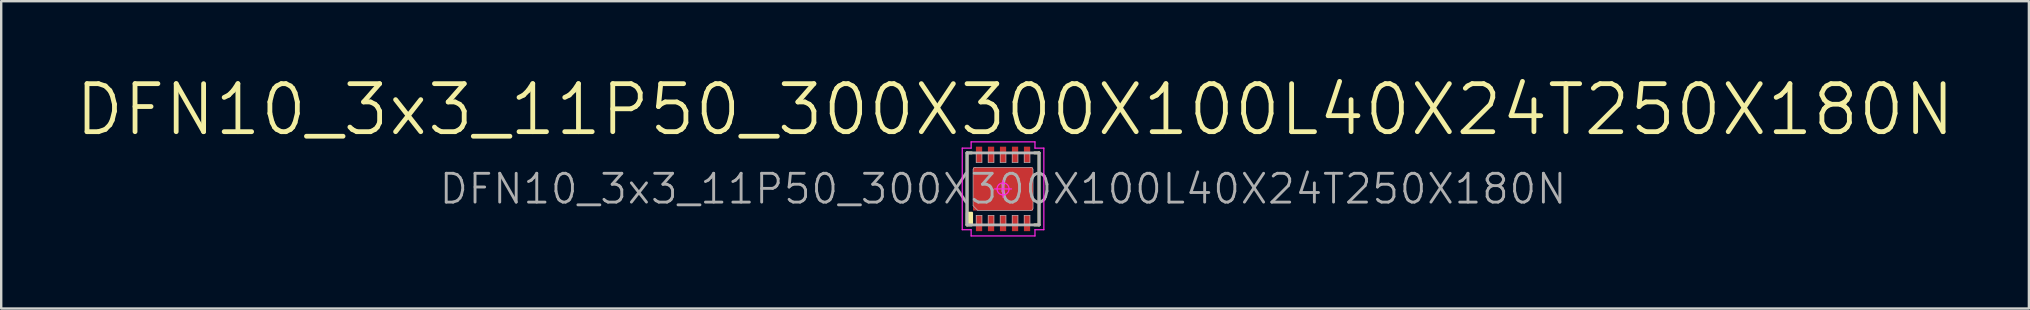
<source format=kicad_pcb>
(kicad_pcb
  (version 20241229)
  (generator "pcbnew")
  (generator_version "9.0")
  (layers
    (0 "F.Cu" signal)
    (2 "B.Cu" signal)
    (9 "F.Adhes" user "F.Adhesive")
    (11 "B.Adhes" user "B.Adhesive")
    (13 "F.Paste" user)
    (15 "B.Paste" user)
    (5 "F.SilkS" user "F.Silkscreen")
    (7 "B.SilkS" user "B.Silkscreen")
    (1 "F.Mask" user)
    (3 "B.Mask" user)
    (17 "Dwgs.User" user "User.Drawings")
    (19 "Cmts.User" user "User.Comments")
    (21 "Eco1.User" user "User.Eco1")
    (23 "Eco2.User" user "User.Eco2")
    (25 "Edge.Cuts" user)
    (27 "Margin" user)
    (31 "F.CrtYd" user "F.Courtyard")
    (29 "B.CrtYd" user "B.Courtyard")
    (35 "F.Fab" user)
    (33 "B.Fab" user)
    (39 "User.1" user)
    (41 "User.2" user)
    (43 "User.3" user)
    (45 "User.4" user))
  (footprint "DFN10_3x3_11P50_300X300X100L40X24T250X180N"
    (layer "F.Cu")
    (at 38.743 4.821)
    (property "Reference" "DFN10_3x3_11P50_300X300X100L40X24T250X180N" (at 0 0 0) (layer "F.Fab") (effects (font (size 1.2 1.2) (thickness 0.12))))
    (attr smd)
    (fp_line (start -1.5 -1.5) (end -1.31 -1.5) (stroke (width 0.12) (type solid)) (layer "F.SilkS"))
    (fp_line (start -1.5 1.5) (end -1.5 -1.5) (stroke (width 0.12) (type solid)) (layer "F.SilkS"))
    (fp_line (start -1.31 1.5) (end -1.5 1.5) (stroke (width 0.12) (type solid)) (layer "F.SilkS"))
    (fp_line (start 1.31 1.5) (end 1.5 1.5) (stroke (width 0.12) (type solid)) (layer "F.SilkS"))
    (fp_line (start 1.5 -1.5) (end 1.31 -1.5) (stroke (width 0.12) (type solid)) (layer "F.SilkS"))
    (fp_line (start 1.5 1.5) (end 1.5 -1.5) (stroke (width 0.12) (type solid)) (layer "F.SilkS"))
    (fp_poly (pts (xy -1.3 1.5) (xy -1.5 1.5) (xy -1.5 1) (xy -1.3 1)) (stroke (width 0.1) (type solid)) (fill yes) (layer "F.SilkS"))
    (fp_line (start -1.5 -1.5) (end 1.5 -1.5) (stroke (width 0.025) (type solid)) (layer "Dwgs.User"))
    (fp_line (start -1.5 1.5) (end -1.5 -1.5) (stroke (width 0.025) (type solid)) (layer "Dwgs.User"))
    (fp_line (start -1.25 -0.8) (end -1.25 0.7) (stroke (width 0.025) (type solid)) (layer "Dwgs.User"))
    (fp_line (start -1.25 0.7) (end -1.05 0.9) (stroke (width 0.025) (type solid)) (layer "Dwgs.User"))
    (fp_line (start -1.12 -1.5) (end -0.88 -1.5) (stroke (width 0.025) (type solid)) (layer "Dwgs.User"))
    (fp_line (start -1.12 -1.1) (end -1.12 -1.5) (stroke (width 0.025) (type solid)) (layer "Dwgs.User"))
    (fp_line (start -1.12 1.1) (end -0.88 1.1) (stroke (width 0.025) (type solid)) (layer "Dwgs.User"))
    (fp_line (start -1.12 1.5) (end -1.12 1.1) (stroke (width 0.025) (type solid)) (layer "Dwgs.User"))
    (fp_line (start -1.05 0.9) (end 1.15 0.9) (stroke (width 0.025) (type solid)) (layer "Dwgs.User"))
    (fp_line (start -0.88 -1.5) (end -0.88 -1.1) (stroke (width 0.025) (type solid)) (layer "Dwgs.User"))
    (fp_line (start -0.88 -1.1) (end -1.12 -1.1) (stroke (width 0.025) (type solid)) (layer "Dwgs.User"))
    (fp_line (start -0.88 1.1) (end -0.88 1.5) (stroke (width 0.025) (type solid)) (layer "Dwgs.User"))
    (fp_line (start -0.88 1.5) (end -1.12 1.5) (stroke (width 0.025) (type solid)) (layer "Dwgs.User"))
    (fp_line (start -0.62 -1.5) (end -0.38 -1.5) (stroke (width 0.025) (type solid)) (layer "Dwgs.User"))
    (fp_line (start -0.62 -1.1) (end -0.62 -1.5) (stroke (width 0.025) (type solid)) (layer "Dwgs.User"))
    (fp_line (start -0.62 1.1) (end -0.38 1.1) (stroke (width 0.025) (type solid)) (layer "Dwgs.User"))
    (fp_line (start -0.62 1.5) (end -0.62 1.1) (stroke (width 0.025) (type solid)) (layer "Dwgs.User"))
    (fp_line (start -0.38 -1.5) (end -0.38 -1.1) (stroke (width 0.025) (type solid)) (layer "Dwgs.User"))
    (fp_line (start -0.38 -1.1) (end -0.62 -1.1) (stroke (width 0.025) (type solid)) (layer "Dwgs.User"))
    (fp_line (start -0.38 1.1) (end -0.38 1.5) (stroke (width 0.025) (type solid)) (layer "Dwgs.User"))
    (fp_line (start -0.38 1.5) (end -0.62 1.5) (stroke (width 0.025) (type solid)) (layer "Dwgs.User"))
    (fp_line (start -0.12 -1.5) (end 0.12 -1.5) (stroke (width 0.025) (type solid)) (layer "Dwgs.User"))
    (fp_line (start -0.12 -1.1) (end -0.12 -1.5) (stroke (width 0.025) (type solid)) (layer "Dwgs.User"))
    (fp_line (start -0.12 1.1) (end 0.12 1.1) (stroke (width 0.025) (type solid)) (layer "Dwgs.User"))
    (fp_line (start -0.12 1.5) (end -0.12 1.1) (stroke (width 0.025) (type solid)) (layer "Dwgs.User"))
    (fp_line (start 0.12 -1.5) (end 0.12 -1.1) (stroke (width 0.025) (type solid)) (layer "Dwgs.User"))
    (fp_line (start 0.12 -1.1) (end -0.12 -1.1) (stroke (width 0.025) (type solid)) (layer "Dwgs.User"))
    (fp_line (start 0.12 1.1) (end 0.12 1.5) (stroke (width 0.025) (type solid)) (layer "Dwgs.User"))
    (fp_line (start 0.12 1.5) (end -0.12 1.5) (stroke (width 0.025) (type solid)) (layer "Dwgs.User"))
    (fp_line (start 0.38 -1.5) (end 0.62 -1.5) (stroke (width 0.025) (type solid)) (layer "Dwgs.User"))
    (fp_line (start 0.38 -1.1) (end 0.38 -1.5) (stroke (width 0.025) (type solid)) (layer "Dwgs.User"))
    (fp_line (start 0.38 1.1) (end 0.62 1.1) (stroke (width 0.025) (type solid)) (layer "Dwgs.User"))
    (fp_line (start 0.38 1.5) (end 0.38 1.1) (stroke (width 0.025) (type solid)) (layer "Dwgs.User"))
    (fp_line (start 0.62 -1.5) (end 0.62 -1.1) (stroke (width 0.025) (type solid)) (layer "Dwgs.User"))
    (fp_line (start 0.62 -1.1) (end 0.38 -1.1) (stroke (width 0.025) (type solid)) (layer "Dwgs.User"))
    (fp_line (start 0.62 1.1) (end 0.62 1.5) (stroke (width 0.025) (type solid)) (layer "Dwgs.User"))
    (fp_line (start 0.62 1.5) (end 0.38 1.5) (stroke (width 0.025) (type solid)) (layer "Dwgs.User"))
    (fp_line (start 0.88 -1.5) (end 1.12 -1.5) (stroke (width 0.025) (type solid)) (layer "Dwgs.User"))
    (fp_line (start 0.88 -1.1) (end 0.88 -1.5) (stroke (width 0.025) (type solid)) (layer "Dwgs.User"))
    (fp_line (start 0.88 1.1) (end 1.12 1.1) (stroke (width 0.025) (type solid)) (layer "Dwgs.User"))
    (fp_line (start 0.88 1.5) (end 0.88 1.1) (stroke (width 0.025) (type solid)) (layer "Dwgs.User"))
    (fp_line (start 1.12 -1.5) (end 1.12 -1.1) (stroke (width 0.025) (type solid)) (layer "Dwgs.User"))
    (fp_line (start 1.12 -1.1) (end 0.88 -1.1) (stroke (width 0.025) (type solid)) (layer "Dwgs.User"))
    (fp_line (start 1.12 1.1) (end 1.12 1.5) (stroke (width 0.025) (type solid)) (layer "Dwgs.User"))
    (fp_line (start 1.12 1.5) (end 0.88 1.5) (stroke (width 0.025) (type solid)) (layer "Dwgs.User"))
    (fp_line (start 1.15 -0.9) (end -1.15 -0.9) (stroke (width 0.025) (type solid)) (layer "Dwgs.User"))
    (fp_line (start 1.25 0.8) (end 1.25 -0.8) (stroke (width 0.025) (type solid)) (layer "Dwgs.User"))
    (fp_line (start 1.5 -1.5) (end 1.5 1.5) (stroke (width 0.025) (type solid)) (layer "Dwgs.User"))
    (fp_line (start 1.5 1.5) (end -1.5 1.5) (stroke (width 0.025) (type solid)) (layer "Dwgs.User"))
    (fp_arc (start -1.25 -0.8) (mid -1.220711 -0.870711) (end -1.15 -0.9) (stroke (width 0.025) (type solid)) (layer "Dwgs.User"))
    (fp_arc (start 1.15 -0.9) (mid 1.220711 -0.870711) (end 1.25 -0.8) (stroke (width 0.025) (type solid)) (layer "Dwgs.User"))
    (fp_arc (start 1.25 0.8) (mid 1.220711 0.870711) (end 1.15 0.9) (stroke (width 0.025) (type solid)) (layer "Dwgs.User"))
    (fp_line (start -1.7 -1.7) (end -1.7 1.7) (stroke (width 0.05) (type solid)) (layer "F.CrtYd"))
    (fp_line (start -1.7 1.7) (end -1.33 1.7) (stroke (width 0.05) (type solid)) (layer "F.CrtYd"))
    (fp_line (start -1.33 -1.96) (end -1.33 -1.7) (stroke (width 0.05) (type solid)) (layer "F.CrtYd"))
    (fp_line (start -1.33 -1.7) (end -1.7 -1.7) (stroke (width 0.05) (type solid)) (layer "F.CrtYd"))
    (fp_line (start -1.33 1.7) (end -1.33 1.96) (stroke (width 0.05) (type solid)) (layer "F.CrtYd"))
    (fp_line (start -1.33 1.96) (end 1.33 1.96) (stroke (width 0.05) (type solid)) (layer "F.CrtYd"))
    (fp_line (start -0.35 0) (end 0.35 0) (stroke (width 0.05) (type solid)) (layer "F.CrtYd"))
    (fp_line (start 0 -0.35) (end 0 0.35) (stroke (width 0.05) (type solid)) (layer "F.CrtYd"))
    (fp_line (start 1.33 -1.96) (end -1.33 -1.96) (stroke (width 0.05) (type solid)) (layer "F.CrtYd"))
    (fp_line (start 1.33 -1.7) (end 1.33 -1.96) (stroke (width 0.05) (type solid)) (layer "F.CrtYd"))
    (fp_line (start 1.33 1.7) (end 1.7 1.7) (stroke (width 0.05) (type solid)) (layer "F.CrtYd"))
    (fp_line (start 1.33 1.96) (end 1.33 1.7) (stroke (width 0.05) (type solid)) (layer "F.CrtYd"))
    (fp_line (start 1.7 -1.7) (end 1.33 -1.7) (stroke (width 0.05) (type solid)) (layer "F.CrtYd"))
    (fp_line (start 1.7 1.7) (end 1.7 -1.7) (stroke (width 0.05) (type solid)) (layer "F.CrtYd"))
    (fp_circle (center 0 0) (end 0 0.25) (stroke (width 0.05) (type solid)) (fill no) (layer "F.CrtYd"))
    (fp_line (start -1.5 -1.5) (end 1.5 -1.5) (stroke (width 0.12) (type solid)) (layer "F.Fab"))
    (fp_line (start -1.5 1.5) (end -1.5 -1.5) (stroke (width 0.12) (type solid)) (layer "F.Fab"))
    (fp_line (start 1.5 -1.5) (end 1.5 1.5) (stroke (width 0.12) (type solid)) (layer "F.Fab"))
    (fp_line (start 1.5 1.5) (end -1.5 1.5) (stroke (width 0.12) (type solid)) (layer "F.Fab"))
    (fp_text user "${REFERENCE}" (at 0.5 -3.3 0) (layer "F.SilkS") (effects (font (size 2 2) (thickness 0.2))))
    (pad "" smd rect (at -0.575 -0.4 90) (size 0.6 0.95) (layers "F.Paste"))
    (pad "" smd rect (at -0.575 0.4 90) (size 0.6 0.95) (layers "F.Paste"))
    (pad "" smd rect (at 0.575 -0.4 90) (size 0.6 0.95) (layers "F.Paste"))
    (pad "" smd rect (at 0.575 0.4 90) (size 0.6 0.95) (layers "F.Paste"))
    (pad "1" smd rect (at -1 1.43 90) (size 0.66 0.26) (layers "F.Cu" "F.Mask" "F.Paste"))
    (pad "2" smd rect (at -0.5 1.43 90) (size 0.66 0.26) (layers "F.Cu" "F.Mask" "F.Paste"))
    (pad "3" smd rect (at 0 1.43 90) (size 0.66 0.26) (layers "F.Cu" "F.Mask" "F.Paste"))
    (pad "4" smd rect (at 0.5 1.43 90) (size 0.66 0.26) (layers "F.Cu" "F.Mask" "F.Paste"))
    (pad "5" smd rect (at 1 1.43 90) (size 0.66 0.26) (layers "F.Cu" "F.Mask" "F.Paste"))
    (pad "6" smd rect (at 1 -1.43 90) (size 0.66 0.26) (layers "F.Cu" "F.Mask" "F.Paste"))
    (pad "7" smd rect (at 0.5 -1.43 90) (size 0.66 0.26) (layers "F.Cu" "F.Mask" "F.Paste"))
    (pad "8" smd rect (at 0 -1.43 90) (size 0.66 0.26) (layers "F.Cu" "F.Mask" "F.Paste"))
    (pad "9" smd rect (at -0.5 -1.43 90) (size 0.66 0.26) (layers "F.Cu" "F.Mask" "F.Paste"))
    (pad "10" smd rect (at -1 -1.43 90) (size 0.66 0.26) (layers "F.Cu" "F.Mask" "F.Paste"))
    (pad "11" smd rect (at 0 0 90) (size 1.8 2.5) (layers "F.Cu" "F.Mask")))
  (gr_rect
    (start -3 -3)
    (end 81.486 9.806)
    (stroke (width 0.1) (type default))
    (fill no)
    (layer "Edge.Cuts")))
</source>
